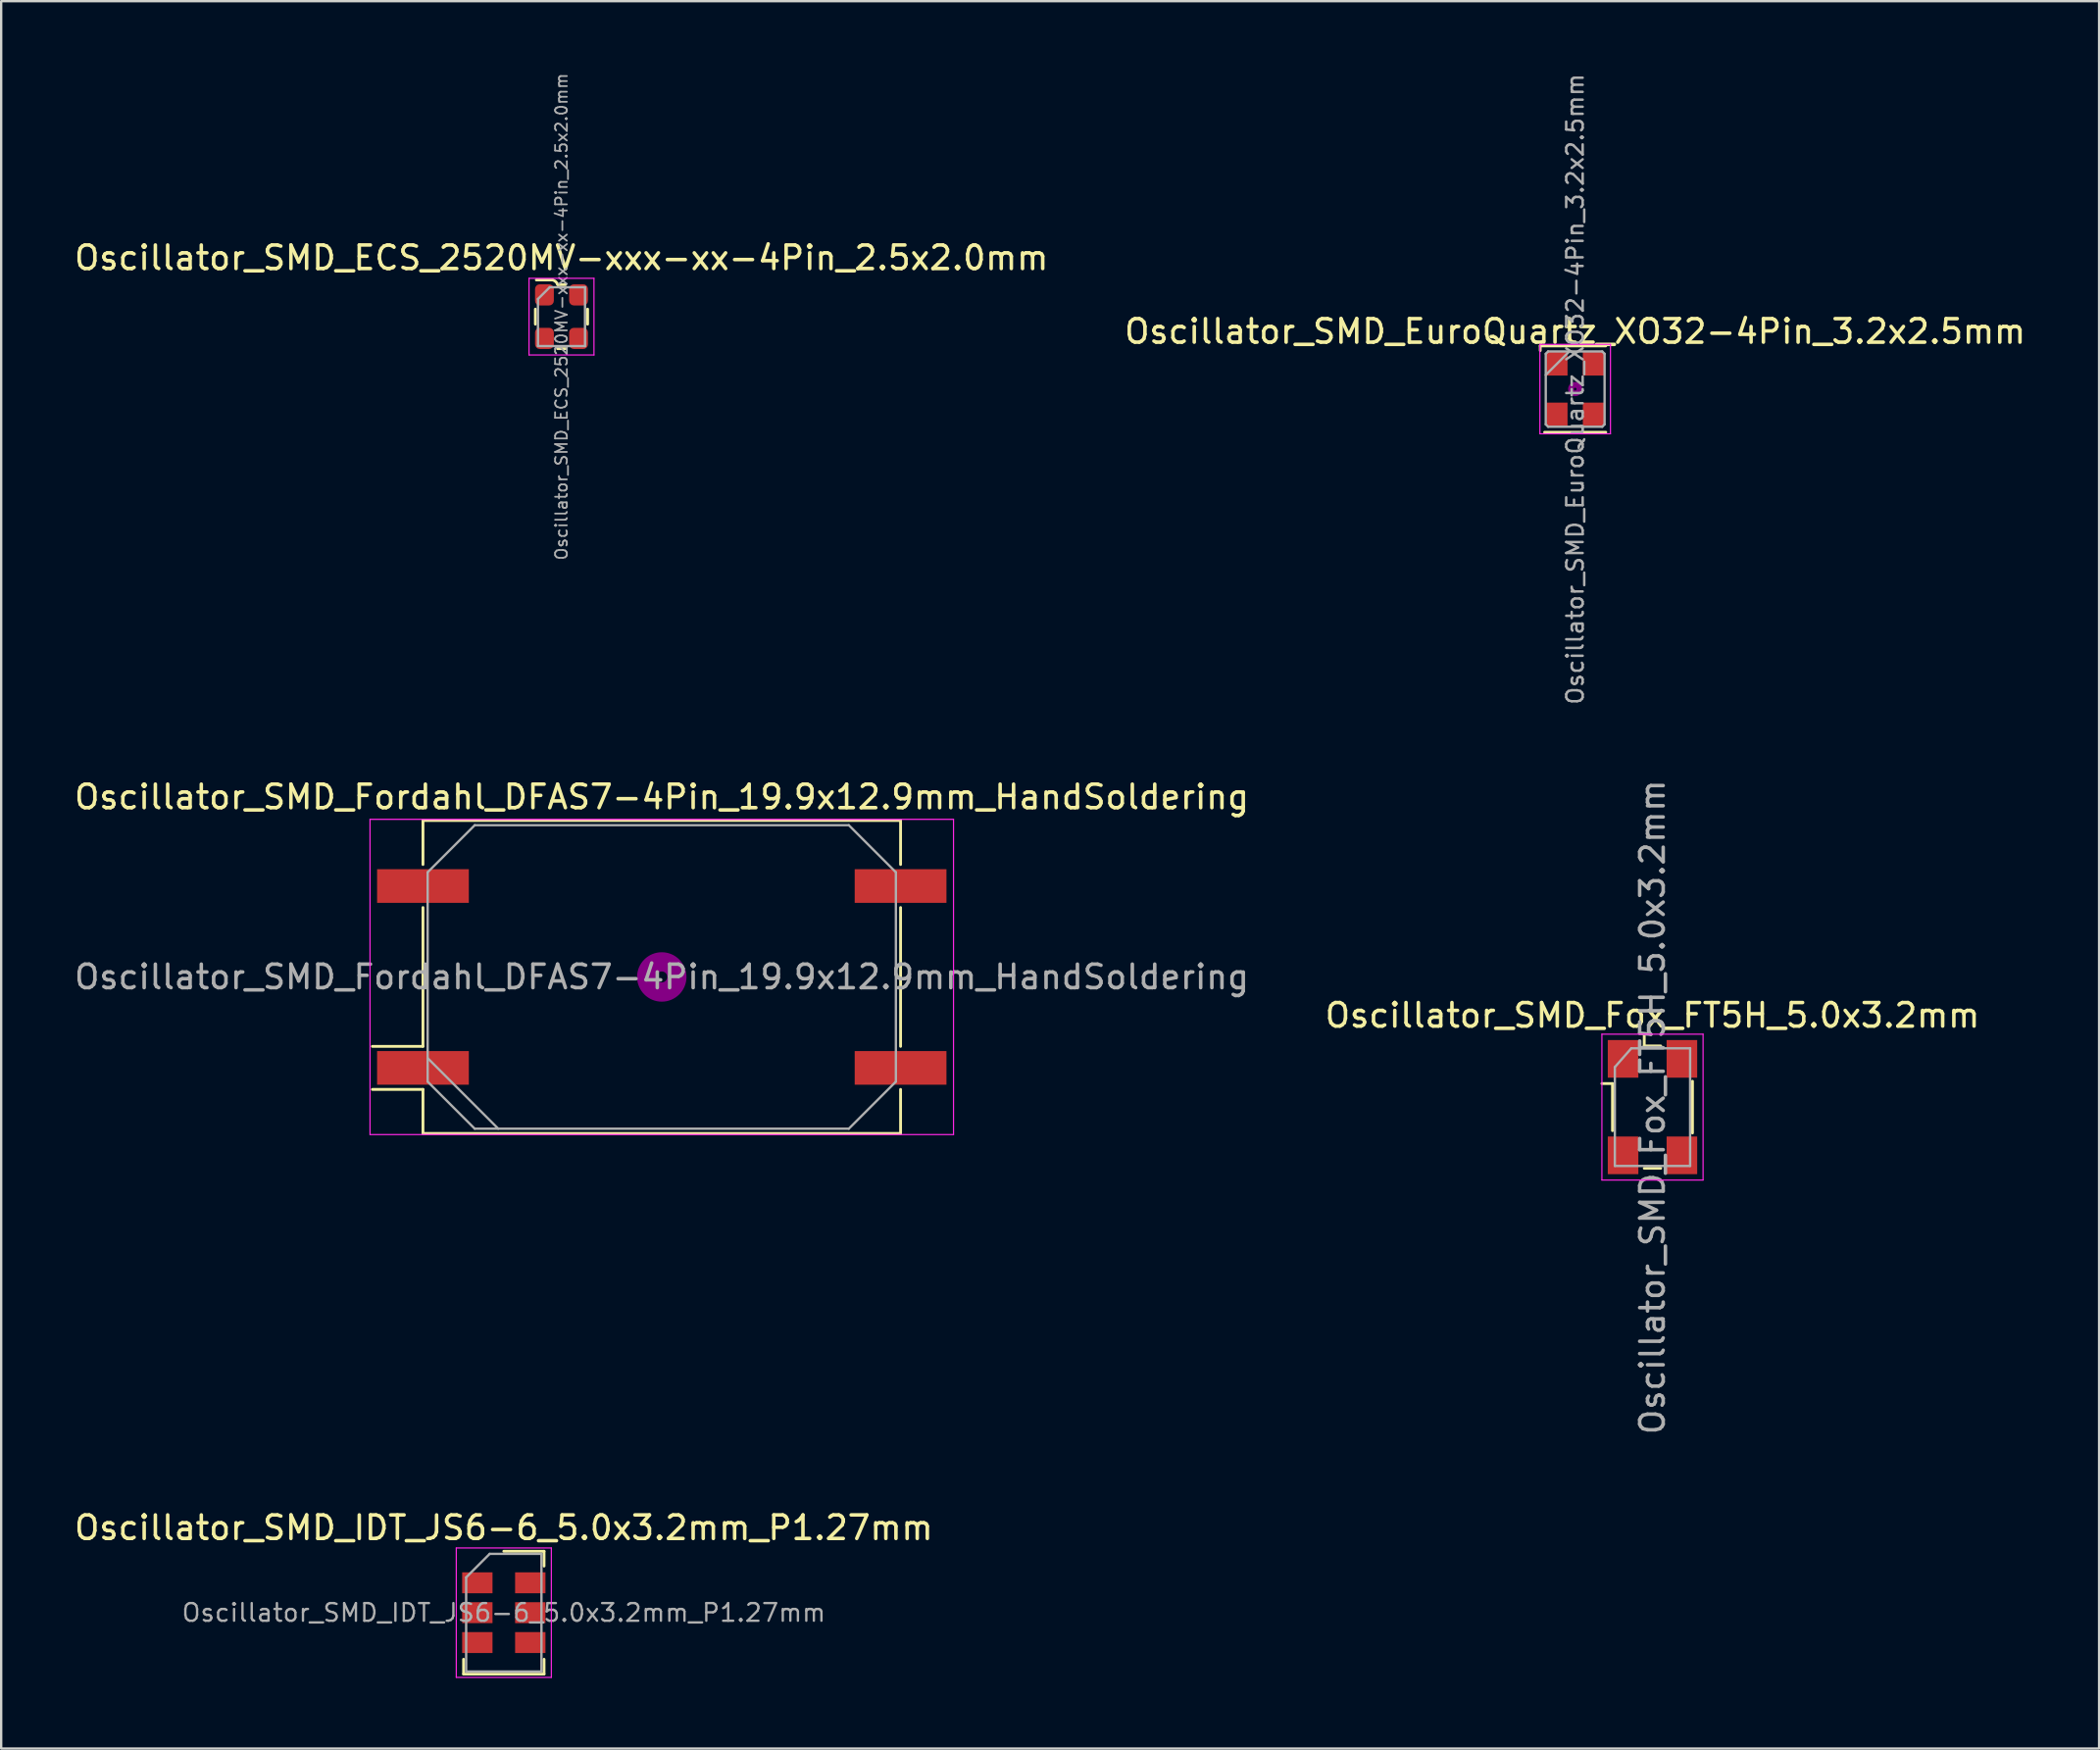
<source format=kicad_pcb>
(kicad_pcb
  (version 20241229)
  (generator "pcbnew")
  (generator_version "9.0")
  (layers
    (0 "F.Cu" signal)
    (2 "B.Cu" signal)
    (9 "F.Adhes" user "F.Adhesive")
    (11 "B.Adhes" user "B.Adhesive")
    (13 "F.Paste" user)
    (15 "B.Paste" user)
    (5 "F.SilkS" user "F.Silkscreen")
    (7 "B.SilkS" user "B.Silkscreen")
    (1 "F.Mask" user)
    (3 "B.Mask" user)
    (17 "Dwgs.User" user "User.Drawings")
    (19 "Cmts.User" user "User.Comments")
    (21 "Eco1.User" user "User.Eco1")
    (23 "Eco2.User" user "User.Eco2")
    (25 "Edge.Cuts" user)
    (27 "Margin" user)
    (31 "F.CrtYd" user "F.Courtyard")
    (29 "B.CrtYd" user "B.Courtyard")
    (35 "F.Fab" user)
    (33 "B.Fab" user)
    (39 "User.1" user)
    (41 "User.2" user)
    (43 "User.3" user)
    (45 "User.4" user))
  (footprint "Oscillator_SMD_Fordahl_DFAS7-4Pin_19.9x12.9mm_HandSoldering"
    (layer "F.Cu")
    (at 25.077 38.473)
    (property "Reference" "Oscillator_SMD_Fordahl_DFAS7-4Pin_19.9x12.9mm_HandSoldering" (at 0 -7.65 0) (layer "F.SilkS") (effects (font (size 1 1) (thickness 0.15))))
    (attr smd)
    (fp_line (start -12.3 2.95) (end -10.15 2.95) (stroke (width 0.12) (type solid)) (layer "F.SilkS"))
    (fp_line (start -12.3 4.78) (end -10.15 4.78) (stroke (width 0.12) (type solid)) (layer "F.SilkS"))
    (fp_line (start -10.15 -6.65) (end 10.15 -6.65) (stroke (width 0.12) (type solid)) (layer "F.SilkS"))
    (fp_line (start -10.15 -4.78) (end -10.15 -6.65) (stroke (width 0.12) (type solid)) (layer "F.SilkS"))
    (fp_line (start -10.15 2.95) (end -10.15 -2.95) (stroke (width 0.12) (type solid)) (layer "F.SilkS"))
    (fp_line (start -10.15 4.78) (end -10.15 6.65) (stroke (width 0.12) (type solid)) (layer "F.SilkS"))
    (fp_line (start -10.15 6.65) (end 10.15 6.65) (stroke (width 0.12) (type solid)) (layer "F.SilkS"))
    (fp_line (start 10.15 -6.65) (end 10.15 -4.78) (stroke (width 0.12) (type solid)) (layer "F.SilkS"))
    (fp_line (start 10.15 -2.95) (end 10.15 2.95) (stroke (width 0.12) (type solid)) (layer "F.SilkS"))
    (fp_line (start 10.15 6.65) (end 10.15 4.78) (stroke (width 0.12) (type solid)) (layer "F.SilkS"))
    (fp_circle (center 0 0) (end 0.233 0) (stroke (width 0.467) (type solid)) (fill no) (layer "F.Adhes"))
    (fp_circle (center 0 0) (end 0.533 0) (stroke (width 0.333) (type solid)) (fill no) (layer "F.Adhes"))
    (fp_circle (center 0 0) (end 0.833 0) (stroke (width 0.333) (type solid)) (fill no) (layer "F.Adhes"))
    (fp_circle (center 0 0) (end 1 0) (stroke (width 0.1) (type solid)) (fill no) (layer "F.Adhes"))
    (fp_line (start -12.4 -6.7) (end -12.4 6.7) (stroke (width 0.05) (type solid)) (layer "F.CrtYd"))
    (fp_line (start -12.4 6.7) (end 12.4 6.7) (stroke (width 0.05) (type solid)) (layer "F.CrtYd"))
    (fp_line (start 12.4 -6.7) (end -12.4 -6.7) (stroke (width 0.05) (type solid)) (layer "F.CrtYd"))
    (fp_line (start 12.4 6.7) (end 12.4 -6.7) (stroke (width 0.05) (type solid)) (layer "F.CrtYd"))
    (fp_line (start -9.95 -4.45) (end -7.95 -6.45) (stroke (width 0.1) (type solid)) (layer "F.Fab"))
    (fp_line (start -9.95 3.45) (end -6.95 6.45) (stroke (width 0.1) (type solid)) (layer "F.Fab"))
    (fp_line (start -9.95 4.45) (end -9.95 -4.45) (stroke (width 0.1) (type solid)) (layer "F.Fab"))
    (fp_line (start -7.95 -6.45) (end 7.95 -6.45) (stroke (width 0.1) (type solid)) (layer "F.Fab"))
    (fp_line (start -7.95 6.45) (end -9.95 4.45) (stroke (width 0.1) (type solid)) (layer "F.Fab"))
    (fp_line (start 7.95 -6.45) (end 9.95 -4.45) (stroke (width 0.1) (type solid)) (layer "F.Fab"))
    (fp_line (start 7.95 6.45) (end -7.95 6.45) (stroke (width 0.1) (type solid)) (layer "F.Fab"))
    (fp_line (start 9.95 -4.45) (end 9.95 4.45) (stroke (width 0.1) (type solid)) (layer "F.Fab"))
    (fp_line (start 9.95 4.45) (end 7.95 6.45) (stroke (width 0.1) (type solid)) (layer "F.Fab"))
    (fp_text user "${REFERENCE}" (at 0 0 0) (layer "F.Fab") (effects (font (size 1 1) (thickness 0.15))))
    (pad "1" smd rect (at -10.15 3.865) (size 3.9 1.43) (layers "F.Cu" "F.Mask" "F.Paste"))
    (pad "2" smd rect (at 10.15 3.865) (size 3.9 1.43) (layers "F.Cu" "F.Mask" "F.Paste"))
    (pad "3" smd rect (at 10.15 -3.865) (size 3.9 1.43) (layers "F.Cu" "F.Mask" "F.Paste"))
    (pad "4" smd rect (at -10.15 -3.865) (size 3.9 1.43) (layers "F.Cu" "F.Mask" "F.Paste")))
  (footprint "Oscillator_SMD_EuroQuartz_XO32-4Pin_3.2x2.5mm"
    (layer "F.Cu")
    (at 63.899 13.487)
    (property "Reference" "Oscillator_SMD_EuroQuartz_XO32-4Pin_3.2x2.5mm" (at 0 -2.45 0) (layer "F.SilkS") (effects (font (size 1 1) (thickness 0.15))))
    (attr smd)
    (fp_line (start -1.485 -1.835) (end 1.3 -1.835) (stroke (width 0.12) (type solid)) (layer "F.SilkS"))
    (fp_line (start -1.485 -1.635) (end -1.485 -1.835) (stroke (width 0.12) (type solid)) (layer "F.SilkS"))
    (fp_line (start 1.3 1.835) (end -1.3 1.835) (stroke (width 0.12) (type solid)) (layer "F.SilkS"))
    (fp_circle (center 0 0) (end 0 0.058) (stroke (width 0.117) (type solid)) (fill no) (layer "F.Adhes"))
    (fp_circle (center 0 0) (end 0 0.133) (stroke (width 0.083) (type solid)) (fill no) (layer "F.Adhes"))
    (fp_circle (center 0 0) (end 0 0.208) (stroke (width 0.083) (type solid)) (fill no) (layer "F.Adhes"))
    (fp_circle (center 0 0) (end 0 0.25) (stroke (width 0.1) (type solid)) (fill no) (layer "F.Adhes"))
    (fp_line (start -1.5 -1.9) (end -1.5 1.9) (stroke (width 0.05) (type solid)) (layer "F.CrtYd"))
    (fp_line (start -1.5 1.9) (end 1.5 1.9) (stroke (width 0.05) (type solid)) (layer "F.CrtYd"))
    (fp_line (start 1.5 -1.9) (end -1.5 -1.9) (stroke (width 0.05) (type solid)) (layer "F.CrtYd"))
    (fp_line (start 1.5 1.9) (end 1.5 -1.9) (stroke (width 0.05) (type solid)) (layer "F.CrtYd"))
    (fp_line (start -1.25 -1.5) (end -1.15 -1.6) (stroke (width 0.1) (type solid)) (layer "F.Fab"))
    (fp_line (start -1.25 1.5) (end -1.25 -1.5) (stroke (width 0.1) (type solid)) (layer "F.Fab"))
    (fp_line (start -1.15 -1.6) (end 1.15 -1.6) (stroke (width 0.1) (type solid)) (layer "F.Fab"))
    (fp_line (start -1.15 1.6) (end -1.25 1.5) (stroke (width 0.1) (type solid)) (layer "F.Fab"))
    (fp_line (start -0.25 -1.6) (end -1.25 -0.6) (stroke (width 0.1) (type solid)) (layer "F.Fab"))
    (fp_line (start 1.15 -1.6) (end 1.25 -1.5) (stroke (width 0.1) (type solid)) (layer "F.Fab"))
    (fp_line (start 1.15 1.6) (end -1.15 1.6) (stroke (width 0.1) (type solid)) (layer "F.Fab"))
    (fp_line (start 1.25 -1.5) (end 1.25 1.5) (stroke (width 0.1) (type solid)) (layer "F.Fab"))
    (fp_line (start 1.25 1.5) (end 1.15 1.6) (stroke (width 0.1) (type solid)) (layer "F.Fab"))
    (fp_text user "${REFERENCE}" (at 0 0 270) (layer "F.Fab") (effects (font (size 0.7 0.7) (thickness 0.105))))
    (pad "1" smd rect (at -0.775 -1.075 270) (size 1 0.9) (layers "F.Cu" "F.Mask" "F.Paste"))
    (pad "2" smd rect (at -0.775 1.075 270) (size 1 0.9) (layers "F.Cu" "F.Mask" "F.Paste"))
    (pad "3" smd rect (at 0.775 1.075 270) (size 1 0.9) (layers "F.Cu" "F.Mask" "F.Paste"))
    (pad "4" smd rect (at 0.775 -1.075 270) (size 1 0.9) (layers "F.Cu" "F.Mask" "F.Paste")))
  (footprint "Oscillator_SMD_Fox_FT5H_5.0x3.2mm"
    (layer "F.Cu")
    (at 67.185 44.005)
    (property "Reference" "Oscillator_SMD_Fox_FT5H_5.0x3.2mm" (at 0 -3.9 0) (layer "F.SilkS") (effects (font (size 1 1) (thickness 0.15))))
    (attr smd)
    (fp_line (start -1.7 -1) (end -2.15 -1) (stroke (width 0.12) (type solid)) (layer "F.SilkS"))
    (fp_line (start -1.7 1) (end -1.7 -1) (stroke (width 0.12) (type solid)) (layer "F.SilkS"))
    (fp_line (start -0.35 -2.6) (end -0.35 -3.1) (stroke (width 0.12) (type solid)) (layer "F.SilkS"))
    (fp_line (start -0.35 -2.6) (end 0.35 -2.6) (stroke (width 0.12) (type solid)) (layer "F.SilkS"))
    (fp_line (start 0.35 2.6) (end -0.35 2.6) (stroke (width 0.12) (type solid)) (layer "F.SilkS"))
    (fp_line (start 1.7 -1.1) (end 1.7 1.1) (stroke (width 0.12) (type solid)) (layer "F.SilkS"))
    (fp_line (start -2.15 -3.1) (end 2.15 -3.1) (stroke (width 0.05) (type solid)) (layer "F.CrtYd"))
    (fp_line (start -2.15 3.1) (end -2.15 -3.1) (stroke (width 0.05) (type solid)) (layer "F.CrtYd"))
    (fp_line (start 2.15 -3.1) (end 2.15 3.1) (stroke (width 0.05) (type solid)) (layer "F.CrtYd"))
    (fp_line (start 2.15 3.1) (end -2.15 3.1) (stroke (width 0.05) (type solid)) (layer "F.CrtYd"))
    (fp_line (start -1.6 -1.7) (end -0.9 -2.5) (stroke (width 0.1) (type solid)) (layer "F.Fab"))
    (fp_line (start -1.6 2.5) (end -1.6 -1.7) (stroke (width 0.1) (type solid)) (layer "F.Fab"))
    (fp_line (start -0.9 -2.5) (end 1.6 -2.5) (stroke (width 0.1) (type solid)) (layer "F.Fab"))
    (fp_line (start 1.6 -2.5) (end 1.6 2.5) (stroke (width 0.1) (type solid)) (layer "F.Fab"))
    (fp_line (start 1.6 2.5) (end -1.6 2.5) (stroke (width 0.1) (type solid)) (layer "F.Fab"))
    (fp_text user "${REFERENCE}" (at 0 0 270) (layer "F.Fab") (effects (font (size 1 1) (thickness 0.15))))
    (pad "1" smd rect (at -1.25 -2.05 270) (size 1.6 1.3) (layers "F.Cu" "F.Mask" "F.Paste"))
    (pad "2" smd rect (at -1.25 2.05 270) (size 1.6 1.3) (layers "F.Cu" "F.Mask" "F.Paste"))
    (pad "3" smd rect (at 1.25 2.05 270) (size 1.6 1.3) (layers "F.Cu" "F.Mask" "F.Paste"))
    (pad "4" smd rect (at 1.25 -2.05 270) (size 1.6 1.3) (layers "F.Cu" "F.Mask" "F.Paste")))
  (footprint "Oscillator_SMD_ECS_2520MV-xxx-xx-4Pin_2.5x2.0mm"
    (layer "F.Cu")
    (at 20.815 10.408)
    (property "Reference" "Oscillator_SMD_ECS_2520MV-xxx-xx-4Pin_2.5x2.0mm" (at 0 -2.5 0) (layer "F.SilkS") (effects (font (size 1 1) (thickness 0.15))))
    (attr smd)
    (fp_line (start -1.11 0.32) (end -1.11 -0.32) (stroke (width 0.12) (type solid)) (layer "F.SilkS"))
    (fp_line (start -0.38 -1.56) (end -1.07 -1.56) (stroke (width 0.12) (type solid)) (layer "F.SilkS"))
    (fp_line (start -0.17 1.36) (end 0.17 1.36) (stroke (width 0.12) (type solid)) (layer "F.SilkS"))
    (fp_line (start -0.16 -1.36) (end 0.17 -1.36) (stroke (width 0.12) (type solid)) (layer "F.SilkS"))
    (fp_line (start 1.11 0.32) (end 1.11 -0.32) (stroke (width 0.12) (type solid)) (layer "F.SilkS"))
    (fp_arc (start -0.38 -1.56) (mid -0.246393 -1.485967) (end -0.16 -1.36) (stroke (width 0.12) (type solid)) (layer "F.SilkS"))
    (fp_line (start -1.38 -1.63) (end -1.38 1.63) (stroke (width 0.05) (type solid)) (layer "F.CrtYd"))
    (fp_line (start -1.38 -1.63) (end 1.38 -1.63) (stroke (width 0.05) (type solid)) (layer "F.CrtYd"))
    (fp_line (start -1.38 1.63) (end 1.38 1.63) (stroke (width 0.05) (type solid)) (layer "F.CrtYd"))
    (fp_line (start 1.38 -1.63) (end 1.38 1.63) (stroke (width 0.05) (type solid)) (layer "F.CrtYd"))
    (fp_line (start -1 -0.75) (end -1 1.25) (stroke (width 0.1) (type solid)) (layer "F.Fab"))
    (fp_line (start -1 -0.75) (end -0.5 -1.25) (stroke (width 0.1) (type solid)) (layer "F.Fab"))
    (fp_line (start -1 1.25) (end 1 1.25) (stroke (width 0.1) (type solid)) (layer "F.Fab"))
    (fp_line (start -0.5 -1.25) (end 1 -1.25) (stroke (width 0.1) (type solid)) (layer "F.Fab"))
    (fp_line (start 1 -1.25) (end 1 1.25) (stroke (width 0.1) (type solid)) (layer "F.Fab"))
    (fp_text user "${REFERENCE}" (at 0 0 90) (layer "F.Fab") (effects (font (size 0.5 0.5) (thickness 0.075))))
    (pad "1" smd roundrect (at -0.725 -0.925) (size 0.8 0.9) (layers "F.Cu" "F.Mask" "F.Paste") (roundrect_rratio 0.25))
    (pad "2" smd roundrect (at -0.725 0.925) (size 0.8 0.9) (layers "F.Cu" "F.Mask" "F.Paste") (roundrect_rratio 0.25))
    (pad "3" smd roundrect (at 0.725 0.925) (size 0.8 0.9) (layers "F.Cu" "F.Mask" "F.Paste") (roundrect_rratio 0.25))
    (pad "4" smd roundrect (at 0.725 -0.925) (size 0.8 0.9) (layers "F.Cu" "F.Mask" "F.Paste") (roundrect_rratio 0.25)))
  (footprint "Oscillator_SMD_IDT_JS6-6_5.0x3.2mm_P1.27mm"
    (layer "F.Cu")
    (at 18.363 65.493)
    (property "Reference" "Oscillator_SMD_IDT_JS6-6_5.0x3.2mm_P1.27mm" (at 0 -3.61 0) (layer "F.SilkS") (effects (font (size 1 1) (thickness 0.15))))
    (attr smd)
    (fp_line (start -1.71 2.61) (end -1.71 1.98) (stroke (width 0.12) (type solid)) (layer "F.SilkS"))
    (fp_line (start 0 -2.61) (end 1.71 -2.61) (stroke (width 0.12) (type solid)) (layer "F.SilkS"))
    (fp_line (start 1.71 -2.61) (end 1.71 -1.98) (stroke (width 0.12) (type solid)) (layer "F.SilkS"))
    (fp_line (start 1.71 1.98) (end 1.71 2.61) (stroke (width 0.12) (type solid)) (layer "F.SilkS"))
    (fp_line (start 1.71 2.61) (end -1.71 2.61) (stroke (width 0.12) (type solid)) (layer "F.SilkS"))
    (fp_line (start -2.02 -2.75) (end -2.02 2.75) (stroke (width 0.05) (type solid)) (layer "F.CrtYd"))
    (fp_line (start -2.02 2.75) (end 2.02 2.75) (stroke (width 0.05) (type solid)) (layer "F.CrtYd"))
    (fp_line (start 2.02 -2.75) (end -2.02 -2.75) (stroke (width 0.05) (type solid)) (layer "F.CrtYd"))
    (fp_line (start 2.02 2.75) (end 2.02 -2.75) (stroke (width 0.05) (type solid)) (layer "F.CrtYd"))
    (fp_line (start -1.6 -1.5) (end -1.6 2.5) (stroke (width 0.1) (type solid)) (layer "F.Fab"))
    (fp_line (start -1.6 2.5) (end 1.6 2.5) (stroke (width 0.1) (type solid)) (layer "F.Fab"))
    (fp_line (start -0.6 -2.5) (end -1.6 -1.5) (stroke (width 0.1) (type solid)) (layer "F.Fab"))
    (fp_line (start 1.6 -2.5) (end -0.6 -2.5) (stroke (width 0.1) (type solid)) (layer "F.Fab"))
    (fp_line (start 1.6 2.5) (end 1.6 -2.5) (stroke (width 0.1) (type solid)) (layer "F.Fab"))
    (fp_text user "${REFERENCE}" (at 0 0 0) (layer "F.Fab") (effects (font (size 0.75 0.75) (thickness 0.1))))
    (pad "1" smd rect (at -1.125 -1.27 270) (size 0.89 1.29) (layers "F.Cu" "F.Mask" "F.Paste"))
    (pad "2" smd rect (at -1.125 0 270) (size 0.89 1.29) (layers "F.Cu" "F.Mask" "F.Paste"))
    (pad "3" smd rect (at -1.125 1.27 270) (size 0.89 1.29) (layers "F.Cu" "F.Mask" "F.Paste"))
    (pad "4" smd rect (at 1.125 1.27 270) (size 0.89 1.29) (layers "F.Cu" "F.Mask" "F.Paste"))
    (pad "5" smd rect (at 1.125 0 270) (size 0.89 1.29) (layers "F.Cu" "F.Mask" "F.Paste"))
    (pad "6" smd rect (at 1.125 -1.27 270) (size 0.89 1.29) (layers "F.Cu" "F.Mask" "F.Paste")))
  (gr_rect
    (start -3 -3)
    (end 86.167 71.268)
    (stroke (width 0.1) (type default))
    (fill no)
    (layer "Edge.Cuts")))
</source>
